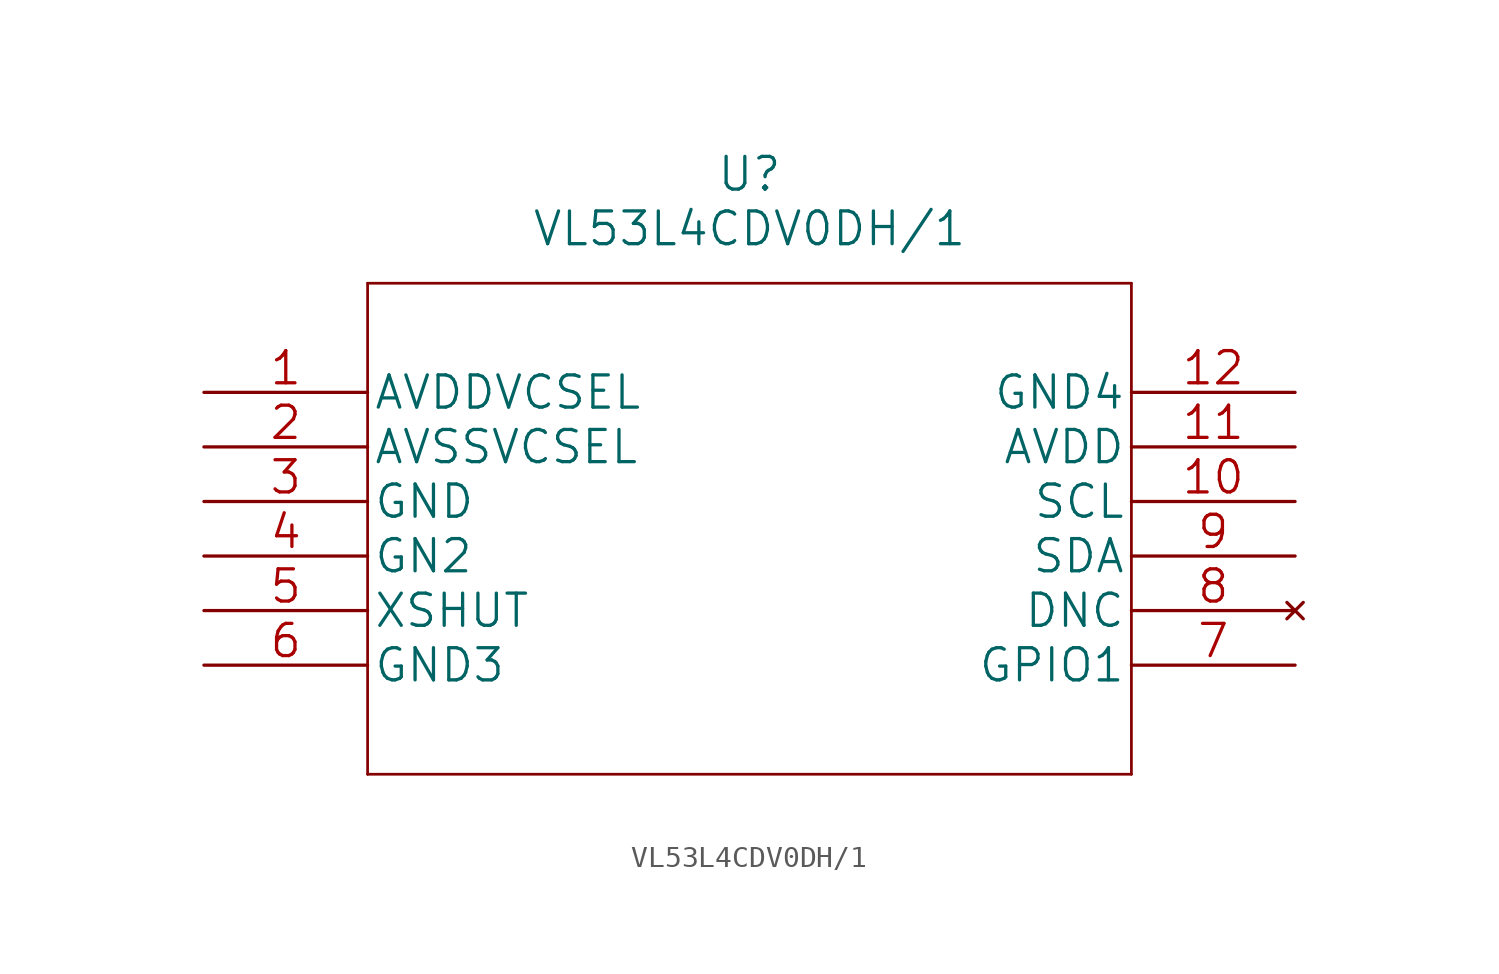
<source format=kicad_sym>
(kicad_symbol_lib
  (version 20220914)
  (generator kicad_symbol_editor)
  (symbol "VL53L4CDV0DH/1"
    (pin_names
      (offset 0.254))
    (property "Reference" "U"
      (at 25.4 10.16 0)
      (effects (font (size 1.524 1.524))))
    (property "Value" "VL53L4CDV0DH/1"
      (at 25.4 7.62 0)
      (effects (font (size 1.524 1.524))))
    (property "Datasheet" ""
      (at 0 0 0)
      (effects (font (size 1.524 1.524))))
    (property "ki_locked" ""
      (at 0 0 0)
      (effects (font (size 1.27 1.27))))
    (symbol "VL53L4CDV0DH/1_1_1"
      (polyline (pts (xy 7.62 -17.78) (xy 43.18 -17.78)) (stroke (width 0.127) (type solid)) (fill (type none)))
      (polyline (pts (xy 7.62 5.08) (xy 7.62 -17.78)) (stroke (width 0.127) (type solid)) (fill (type none)))
      (polyline (pts (xy 43.18 -17.78) (xy 43.18 5.08)) (stroke (width 0.127) (type solid)) (fill (type none)))
      (polyline (pts (xy 43.18 5.08) (xy 7.62 5.08)) (stroke (width 0.127) (type solid)) (fill (type none)))
      (pin power_in line (at 0 0 0) (length 7.62) (name "AVDDVCSEL" (effects (font (size 1.499 1.499)))) (number "1" (effects (font (size 1.499 1.499)))))
      (pin bidirectional line (at 50.8 -5.08 180) (length 7.62) (name "SCL" (effects (font (size 1.499 1.499)))) (number "10" (effects (font (size 1.499 1.499)))))
      (pin power_in line (at 50.8 -2.54 180) (length 7.62) (name "AVDD" (effects (font (size 1.499 1.499)))) (number "11" (effects (font (size 1.499 1.499)))))
      (pin power_in line (at 50.8 0 180) (length 7.62) (name "GND4" (effects (font (size 1.499 1.499)))) (number "12" (effects (font (size 1.499 1.499)))))
      (pin power_in line (at 0 -2.54 0) (length 7.62) (name "AVSSVCSEL" (effects (font (size 1.499 1.499)))) (number "2" (effects (font (size 1.499 1.499)))))
      (pin power_in line (at 0 -5.08 0) (length 7.62) (name "GND" (effects (font (size 1.499 1.499)))) (number "3" (effects (font (size 1.499 1.499)))))
      (pin power_in line (at 0 -7.62 0) (length 7.62) (name "GN2" (effects (font (size 1.499 1.499)))) (number "4" (effects (font (size 1.499 1.499)))))
      (pin unspecified line (at 0 -10.16 0) (length 7.62) (name "XSHUT" (effects (font (size 1.499 1.499)))) (number "5" (effects (font (size 1.499 1.499)))))
      (pin power_in line (at 0 -12.7 0) (length 7.62) (name "GND3" (effects (font (size 1.499 1.499)))) (number "6" (effects (font (size 1.499 1.499)))))
      (pin bidirectional line (at 50.8 -12.7 180) (length 7.62) (name "GPIO1" (effects (font (size 1.499 1.499)))) (number "7" (effects (font (size 1.499 1.499)))))
      (pin no_connect line (at 50.8 -10.16 180) (length 7.62) (name "DNC" (effects (font (size 1.499 1.499)))) (number "8" (effects (font (size 1.499 1.499)))))
      (pin bidirectional line (at 50.8 -7.62 180) (length 7.62) (name "SDA" (effects (font (size 1.499 1.499)))) (number "9" (effects (font (size 1.499 1.499))))))))
</source>
